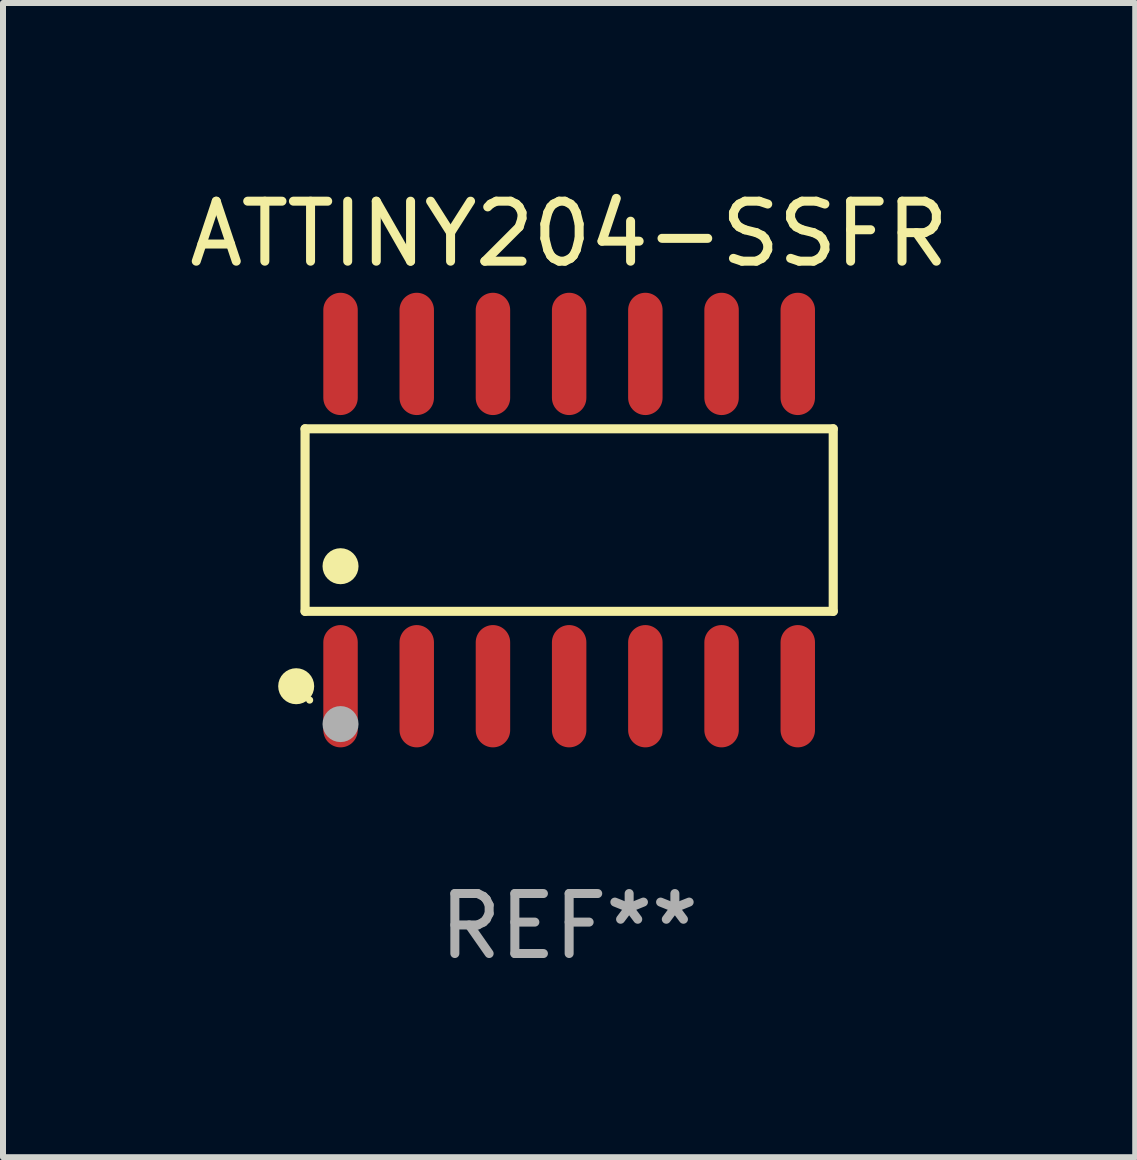
<source format=kicad_pcb>
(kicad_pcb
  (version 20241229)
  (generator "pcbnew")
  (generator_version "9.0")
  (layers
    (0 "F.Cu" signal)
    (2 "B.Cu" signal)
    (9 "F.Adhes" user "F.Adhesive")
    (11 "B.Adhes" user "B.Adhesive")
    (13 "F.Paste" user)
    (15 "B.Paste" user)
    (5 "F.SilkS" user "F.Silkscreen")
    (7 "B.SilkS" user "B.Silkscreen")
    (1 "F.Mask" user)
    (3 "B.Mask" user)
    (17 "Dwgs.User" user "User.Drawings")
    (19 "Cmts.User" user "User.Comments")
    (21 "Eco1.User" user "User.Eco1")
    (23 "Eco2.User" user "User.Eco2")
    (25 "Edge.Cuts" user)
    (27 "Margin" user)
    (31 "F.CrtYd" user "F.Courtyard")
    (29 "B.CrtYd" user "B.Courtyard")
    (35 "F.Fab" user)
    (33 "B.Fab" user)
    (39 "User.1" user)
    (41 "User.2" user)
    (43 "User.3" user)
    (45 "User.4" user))
  (footprint "ATTINY204-SSFR"
    (layer "F.Cu")
    (at 6.435 5.617)
    (property "Reference" "ATTINY204-SSFR" (at 0 -4.769 0) (layer "F.SilkS") (effects (font (size 1 1) (thickness 0.15))))
    (attr through_hole)
    (fp_line (start -4.401 -1.521) (end 4.401 -1.521) (stroke (width 0.152) (type solid)) (layer "F.SilkS"))
    (fp_line (start -4.401 1.521) (end -4.401 -1.521) (stroke (width 0.152) (type solid)) (layer "F.SilkS"))
    (fp_line (start 4.401 -1.521) (end 4.401 1.521) (stroke (width 0.152) (type solid)) (layer "F.SilkS"))
    (fp_line (start 4.401 1.521) (end -4.401 1.521) (stroke (width 0.152) (type solid)) (layer "F.SilkS"))
    (fp_circle (center -4.549 2.769) (end -4.399 2.769) (stroke (width 0.3) (type solid)) (fill no) (layer "F.SilkS"))
    (fp_circle (center -4.325 3) (end -4.295 3) (stroke (width 0.06) (type solid)) (fill no) (layer "F.SilkS"))
    (fp_circle (center -3.81 0.769) (end -3.66 0.769) (stroke (width 0.3) (type solid)) (fill no) (layer "F.SilkS"))
    (fp_circle (center -3.81 3.4) (end -3.66 3.4) (stroke (width 0.3) (type solid)) (fill no) (layer "F.Fab"))
    (fp_text user "REF**" (at 0 6.769 0) (layer "F.Fab") (effects (font (size 1 1) (thickness 0.15))))
    (pad "1" smd oval (at -3.81 2.769) (size 0.574 2.038) (layers "F.Cu" "F.Mask" "F.Paste"))
    (pad "2" smd oval (at -2.54 2.769) (size 0.574 2.038) (layers "F.Cu" "F.Mask" "F.Paste"))
    (pad "3" smd oval (at -1.27 2.769) (size 0.574 2.038) (layers "F.Cu" "F.Mask" "F.Paste"))
    (pad "4" smd oval (at 0 2.769) (size 0.574 2.038) (layers "F.Cu" "F.Mask" "F.Paste"))
    (pad "5" smd oval (at 1.27 2.769) (size 0.574 2.038) (layers "F.Cu" "F.Mask" "F.Paste"))
    (pad "6" smd oval (at 2.54 2.769) (size 0.574 2.038) (layers "F.Cu" "F.Mask" "F.Paste"))
    (pad "7" smd oval (at 3.81 2.769) (size 0.574 2.038) (layers "F.Cu" "F.Mask" "F.Paste"))
    (pad "8" smd oval (at 3.81 -2.769) (size 0.574 2.038) (layers "F.Cu" "F.Mask" "F.Paste"))
    (pad "9" smd oval (at 2.54 -2.769) (size 0.574 2.038) (layers "F.Cu" "F.Mask" "F.Paste"))
    (pad "10" smd oval (at 1.27 -2.769) (size 0.574 2.038) (layers "F.Cu" "F.Mask" "F.Paste"))
    (pad "11" smd oval (at 0 -2.769) (size 0.574 2.038) (layers "F.Cu" "F.Mask" "F.Paste"))
    (pad "12" smd oval (at -1.27 -2.769) (size 0.574 2.038) (layers "F.Cu" "F.Mask" "F.Paste"))
    (pad "13" smd oval (at -2.54 -2.769) (size 0.574 2.038) (layers "F.Cu" "F.Mask" "F.Paste"))
    (pad "14" smd oval (at -3.81 -2.769) (size 0.574 2.038) (layers "F.Cu" "F.Mask" "F.Paste")))
  (gr_rect
    (start -3 -3)
    (end 15.869 16.235)
    (stroke (width 0.1) (type default))
    (fill no)
    (layer "Edge.Cuts")))
</source>
